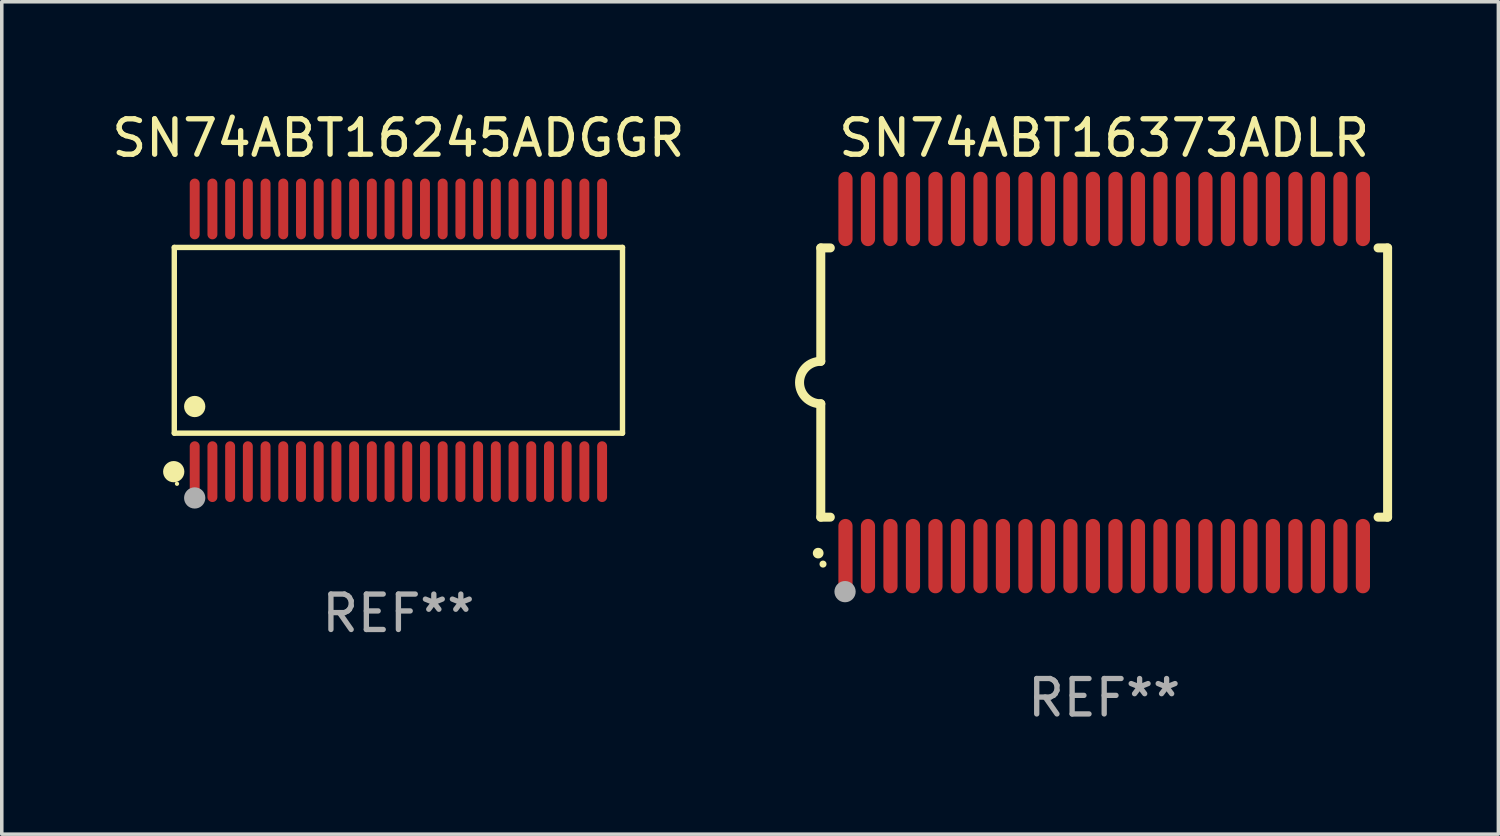
<source format=kicad_pcb>
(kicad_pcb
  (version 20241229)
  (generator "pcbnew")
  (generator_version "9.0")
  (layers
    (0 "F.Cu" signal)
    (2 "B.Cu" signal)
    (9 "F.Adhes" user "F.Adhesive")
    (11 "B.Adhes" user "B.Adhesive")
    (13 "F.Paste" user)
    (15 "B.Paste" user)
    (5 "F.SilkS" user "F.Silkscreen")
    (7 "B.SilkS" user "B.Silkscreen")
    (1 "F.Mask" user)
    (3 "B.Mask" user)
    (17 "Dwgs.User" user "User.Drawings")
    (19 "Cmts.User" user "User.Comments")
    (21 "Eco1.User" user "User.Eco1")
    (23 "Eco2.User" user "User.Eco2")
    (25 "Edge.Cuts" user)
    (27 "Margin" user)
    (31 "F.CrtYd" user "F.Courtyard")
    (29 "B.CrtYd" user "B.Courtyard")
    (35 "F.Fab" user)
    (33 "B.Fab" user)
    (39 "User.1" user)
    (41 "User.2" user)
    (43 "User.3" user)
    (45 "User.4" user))
  (footprint "SN74ABT16245ADGGR"
    (layer "F.Cu")
    (at 8.196 6.556)
    (property "Reference" "SN74ABT16245ADGGR" (at 0 -5.708 0) (layer "F.SilkS") (effects (font (size 1 1) (thickness 0.15))))
    (attr through_hole)
    (fp_line (start -6.326 -2.622) (end 6.326 -2.622) (stroke (width 0.152) (type solid)) (layer "F.SilkS"))
    (fp_line (start -6.326 2.621) (end -6.326 -2.622) (stroke (width 0.152) (type solid)) (layer "F.SilkS"))
    (fp_line (start 6.326 -2.622) (end 6.326 2.621) (stroke (width 0.152) (type solid)) (layer "F.SilkS"))
    (fp_line (start 6.326 2.621) (end -6.326 2.621) (stroke (width 0.152) (type solid)) (layer "F.SilkS"))
    (fp_circle (center -6.342 3.708) (end -6.192 3.708) (stroke (width 0.3) (type solid)) (fill no) (layer "F.SilkS"))
    (fp_circle (center -6.25 4.05) (end -6.22 4.05) (stroke (width 0.06) (type solid)) (fill no) (layer "F.SilkS"))
    (fp_circle (center -5.75 1.869) (end -5.6 1.869) (stroke (width 0.3) (type solid)) (fill no) (layer "F.SilkS"))
    (fp_circle (center -5.75 4.45) (end -5.6 4.45) (stroke (width 0.3) (type solid)) (fill no) (layer "F.Fab"))
    (fp_text user "REF**" (at 0 7.708 0) (layer "F.Fab") (effects (font (size 1 1) (thickness 0.15))))
    (pad "1" smd oval (at -5.75 3.708) (size 0.28 1.715) (layers "F.Cu" "F.Mask" "F.Paste"))
    (pad "2" smd oval (at -5.25 3.708) (size 0.28 1.715) (layers "F.Cu" "F.Mask" "F.Paste"))
    (pad "3" smd oval (at -4.75 3.708) (size 0.28 1.715) (layers "F.Cu" "F.Mask" "F.Paste"))
    (pad "4" smd oval (at -4.25 3.708) (size 0.28 1.715) (layers "F.Cu" "F.Mask" "F.Paste"))
    (pad "5" smd oval (at -3.75 3.708) (size 0.28 1.715) (layers "F.Cu" "F.Mask" "F.Paste"))
    (pad "6" smd oval (at -3.25 3.708) (size 0.28 1.715) (layers "F.Cu" "F.Mask" "F.Paste"))
    (pad "7" smd oval (at -2.75 3.708) (size 0.28 1.715) (layers "F.Cu" "F.Mask" "F.Paste"))
    (pad "8" smd oval (at -2.25 3.708) (size 0.28 1.715) (layers "F.Cu" "F.Mask" "F.Paste"))
    (pad "9" smd oval (at -1.75 3.708) (size 0.28 1.715) (layers "F.Cu" "F.Mask" "F.Paste"))
    (pad "10" smd oval (at -1.25 3.708) (size 0.28 1.715) (layers "F.Cu" "F.Mask" "F.Paste"))
    (pad "11" smd oval (at -0.75 3.708) (size 0.28 1.715) (layers "F.Cu" "F.Mask" "F.Paste"))
    (pad "12" smd oval (at -0.25 3.708) (size 0.28 1.715) (layers "F.Cu" "F.Mask" "F.Paste"))
    (pad "13" smd oval (at 0.25 3.708) (size 0.28 1.715) (layers "F.Cu" "F.Mask" "F.Paste"))
    (pad "14" smd oval (at 0.75 3.708) (size 0.28 1.715) (layers "F.Cu" "F.Mask" "F.Paste"))
    (pad "15" smd oval (at 1.25 3.708) (size 0.28 1.715) (layers "F.Cu" "F.Mask" "F.Paste"))
    (pad "16" smd oval (at 1.75 3.708) (size 0.28 1.715) (layers "F.Cu" "F.Mask" "F.Paste"))
    (pad "17" smd oval (at 2.25 3.708) (size 0.28 1.715) (layers "F.Cu" "F.Mask" "F.Paste"))
    (pad "18" smd oval (at 2.75 3.708) (size 0.28 1.715) (layers "F.Cu" "F.Mask" "F.Paste"))
    (pad "19" smd oval (at 3.25 3.708) (size 0.28 1.715) (layers "F.Cu" "F.Mask" "F.Paste"))
    (pad "20" smd oval (at 3.75 3.708) (size 0.28 1.715) (layers "F.Cu" "F.Mask" "F.Paste"))
    (pad "21" smd oval (at 4.25 3.708) (size 0.28 1.715) (layers "F.Cu" "F.Mask" "F.Paste"))
    (pad "22" smd oval (at 4.75 3.708) (size 0.28 1.715) (layers "F.Cu" "F.Mask" "F.Paste"))
    (pad "23" smd oval (at 5.25 3.708) (size 0.28 1.715) (layers "F.Cu" "F.Mask" "F.Paste"))
    (pad "24" smd oval (at 5.75 3.708) (size 0.28 1.715) (layers "F.Cu" "F.Mask" "F.Paste"))
    (pad "25" smd oval (at 5.75 -3.708) (size 0.28 1.715) (layers "F.Cu" "F.Mask" "F.Paste"))
    (pad "26" smd oval (at 5.25 -3.708) (size 0.28 1.715) (layers "F.Cu" "F.Mask" "F.Paste"))
    (pad "27" smd oval (at 4.75 -3.708) (size 0.28 1.715) (layers "F.Cu" "F.Mask" "F.Paste"))
    (pad "28" smd oval (at 4.25 -3.708) (size 0.28 1.715) (layers "F.Cu" "F.Mask" "F.Paste"))
    (pad "29" smd oval (at 3.75 -3.708) (size 0.28 1.715) (layers "F.Cu" "F.Mask" "F.Paste"))
    (pad "30" smd oval (at 3.25 -3.708) (size 0.28 1.715) (layers "F.Cu" "F.Mask" "F.Paste"))
    (pad "31" smd oval (at 2.75 -3.708) (size 0.28 1.715) (layers "F.Cu" "F.Mask" "F.Paste"))
    (pad "32" smd oval (at 2.25 -3.708) (size 0.28 1.715) (layers "F.Cu" "F.Mask" "F.Paste"))
    (pad "33" smd oval (at 1.75 -3.708) (size 0.28 1.715) (layers "F.Cu" "F.Mask" "F.Paste"))
    (pad "34" smd oval (at 1.25 -3.708) (size 0.28 1.715) (layers "F.Cu" "F.Mask" "F.Paste"))
    (pad "35" smd oval (at 0.75 -3.708) (size 0.28 1.715) (layers "F.Cu" "F.Mask" "F.Paste"))
    (pad "36" smd oval (at 0.25 -3.708) (size 0.28 1.715) (layers "F.Cu" "F.Mask" "F.Paste"))
    (pad "37" smd oval (at -0.25 -3.708) (size 0.28 1.715) (layers "F.Cu" "F.Mask" "F.Paste"))
    (pad "38" smd oval (at -0.75 -3.708) (size 0.28 1.715) (layers "F.Cu" "F.Mask" "F.Paste"))
    (pad "39" smd oval (at -1.25 -3.708) (size 0.28 1.715) (layers "F.Cu" "F.Mask" "F.Paste"))
    (pad "40" smd oval (at -1.75 -3.708) (size 0.28 1.715) (layers "F.Cu" "F.Mask" "F.Paste"))
    (pad "41" smd oval (at -2.25 -3.708) (size 0.28 1.715) (layers "F.Cu" "F.Mask" "F.Paste"))
    (pad "42" smd oval (at -2.75 -3.708) (size 0.28 1.715) (layers "F.Cu" "F.Mask" "F.Paste"))
    (pad "43" smd oval (at -3.25 -3.708) (size 0.28 1.715) (layers "F.Cu" "F.Mask" "F.Paste"))
    (pad "44" smd oval (at -3.75 -3.708) (size 0.28 1.715) (layers "F.Cu" "F.Mask" "F.Paste"))
    (pad "45" smd oval (at -4.25 -3.708) (size 0.28 1.715) (layers "F.Cu" "F.Mask" "F.Paste"))
    (pad "46" smd oval (at -4.75 -3.708) (size 0.28 1.715) (layers "F.Cu" "F.Mask" "F.Paste"))
    (pad "47" smd oval (at -5.25 -3.708) (size 0.28 1.715) (layers "F.Cu" "F.Mask" "F.Paste"))
    (pad "48" smd oval (at -5.75 -3.708) (size 0.28 1.715) (layers "F.Cu" "F.Mask" "F.Paste")))
  (footprint "SN74ABT16373ADLR"
    (layer "F.Cu")
    (at 28.119 7.748)
    (property "Reference" "SN74ABT16373ADLR" (at 0 -6.9 0) (layer "F.SilkS") (effects (font (size 1 1) (thickness 0.15))))
    (attr through_hole)
    (fp_line (start -8 -3.8) (end -8 -0.599) (stroke (width 0.254) (type solid)) (layer "F.SilkS"))
    (fp_line (start -8 -3.8) (end -7.731 -3.8) (stroke (width 0.254) (type solid)) (layer "F.SilkS"))
    (fp_line (start -8 3.8) (end -8 0.599) (stroke (width 0.254) (type solid)) (layer "F.SilkS"))
    (fp_line (start -7.731 3.8) (end -8 3.8) (stroke (width 0.254) (type solid)) (layer "F.SilkS"))
    (fp_line (start 7.731 -3.8) (end 8 -3.8) (stroke (width 0.254) (type solid)) (layer "F.SilkS"))
    (fp_line (start 8 -3.8) (end 8 3.8) (stroke (width 0.254) (type solid)) (layer "F.SilkS"))
    (fp_line (start 8 3.8) (end 7.731 3.8) (stroke (width 0.254) (type solid)) (layer "F.SilkS"))
    (fp_arc (start -8.074676 4.81585) (mid -8.073406 4.815845) (end -8.072136 4.81585) (stroke (width 0.3) (type solid)) (layer "F.SilkS"))
    (fp_arc (start -8.000025 0.6) (mid -8.598908 0.00056) (end -8.000027 -0.598882) (stroke (width 0.254001) (type solid)) (layer "F.SilkS"))
    (fp_circle (center -7.937 5.125) (end -7.887 5.125) (stroke (width 0.1) (type solid)) (fill no) (layer "F.SilkS"))
    (fp_circle (center -7.315 5.903) (end -7.165 5.903) (stroke (width 0.3) (type solid)) (fill no) (layer "F.Fab"))
    (fp_text user "REF**" (at 0 8.9 0) (layer "F.Fab") (effects (font (size 1 1) (thickness 0.15))))
    (pad "1" smd oval (at -7.303 4.9) (size 0.4 2.1) (layers "F.Cu" "F.Mask" "F.Paste"))
    (pad "2" smd oval (at -6.668 4.9) (size 0.4 2.1) (layers "F.Cu" "F.Mask" "F.Paste"))
    (pad "3" smd oval (at -6.033 4.9) (size 0.4 2.1) (layers "F.Cu" "F.Mask" "F.Paste"))
    (pad "4" smd oval (at -5.398 4.9) (size 0.4 2.1) (layers "F.Cu" "F.Mask" "F.Paste"))
    (pad "5" smd oval (at -4.763 4.9) (size 0.4 2.1) (layers "F.Cu" "F.Mask" "F.Paste"))
    (pad "6" smd oval (at -4.128 4.9) (size 0.4 2.1) (layers "F.Cu" "F.Mask" "F.Paste"))
    (pad "7" smd oval (at -3.493 4.9) (size 0.4 2.1) (layers "F.Cu" "F.Mask" "F.Paste"))
    (pad "8" smd oval (at -2.858 4.9) (size 0.4 2.1) (layers "F.Cu" "F.Mask" "F.Paste"))
    (pad "9" smd oval (at -2.223 4.9) (size 0.4 2.1) (layers "F.Cu" "F.Mask" "F.Paste"))
    (pad "10" smd oval (at -1.588 4.9) (size 0.4 2.1) (layers "F.Cu" "F.Mask" "F.Paste"))
    (pad "11" smd oval (at -0.953 4.9) (size 0.4 2.1) (layers "F.Cu" "F.Mask" "F.Paste"))
    (pad "12" smd oval (at -0.318 4.9) (size 0.4 2.1) (layers "F.Cu" "F.Mask" "F.Paste"))
    (pad "13" smd oval (at 0.318 4.9) (size 0.4 2.1) (layers "F.Cu" "F.Mask" "F.Paste"))
    (pad "14" smd oval (at 0.953 4.9) (size 0.4 2.1) (layers "F.Cu" "F.Mask" "F.Paste"))
    (pad "15" smd oval (at 1.588 4.9) (size 0.4 2.1) (layers "F.Cu" "F.Mask" "F.Paste"))
    (pad "16" smd oval (at 2.223 4.9) (size 0.4 2.1) (layers "F.Cu" "F.Mask" "F.Paste"))
    (pad "17" smd oval (at 2.858 4.9) (size 0.4 2.1) (layers "F.Cu" "F.Mask" "F.Paste"))
    (pad "18" smd oval (at 3.493 4.9) (size 0.4 2.1) (layers "F.Cu" "F.Mask" "F.Paste"))
    (pad "19" smd oval (at 4.128 4.9) (size 0.4 2.1) (layers "F.Cu" "F.Mask" "F.Paste"))
    (pad "20" smd oval (at 4.763 4.9) (size 0.4 2.1) (layers "F.Cu" "F.Mask" "F.Paste"))
    (pad "21" smd oval (at 5.398 4.9) (size 0.4 2.1) (layers "F.Cu" "F.Mask" "F.Paste"))
    (pad "22" smd oval (at 6.033 4.9) (size 0.4 2.1) (layers "F.Cu" "F.Mask" "F.Paste"))
    (pad "23" smd oval (at 6.668 4.9) (size 0.4 2.1) (layers "F.Cu" "F.Mask" "F.Paste"))
    (pad "24" smd oval (at 7.303 4.9) (size 0.4 2.1) (layers "F.Cu" "F.Mask" "F.Paste"))
    (pad "25" smd oval (at 7.303 -4.9 180) (size 0.4 2.1) (layers "F.Cu" "F.Mask" "F.Paste"))
    (pad "26" smd oval (at 6.668 -4.9 180) (size 0.4 2.1) (layers "F.Cu" "F.Mask" "F.Paste"))
    (pad "27" smd oval (at 6.033 -4.9 180) (size 0.4 2.1) (layers "F.Cu" "F.Mask" "F.Paste"))
    (pad "28" smd oval (at 5.398 -4.9 180) (size 0.4 2.1) (layers "F.Cu" "F.Mask" "F.Paste"))
    (pad "29" smd oval (at 4.763 -4.9 180) (size 0.4 2.1) (layers "F.Cu" "F.Mask" "F.Paste"))
    (pad "30" smd oval (at 4.128 -4.9 180) (size 0.4 2.1) (layers "F.Cu" "F.Mask" "F.Paste"))
    (pad "31" smd oval (at 3.493 -4.9 180) (size 0.4 2.1) (layers "F.Cu" "F.Mask" "F.Paste"))
    (pad "32" smd oval (at 2.858 -4.9 180) (size 0.4 2.1) (layers "F.Cu" "F.Mask" "F.Paste"))
    (pad "33" smd oval (at 2.223 -4.9 180) (size 0.4 2.1) (layers "F.Cu" "F.Mask" "F.Paste"))
    (pad "34" smd oval (at 1.588 -4.9 180) (size 0.4 2.1) (layers "F.Cu" "F.Mask" "F.Paste"))
    (pad "35" smd oval (at 0.953 -4.9 180) (size 0.4 2.1) (layers "F.Cu" "F.Mask" "F.Paste"))
    (pad "36" smd oval (at 0.318 -4.9 180) (size 0.4 2.1) (layers "F.Cu" "F.Mask" "F.Paste"))
    (pad "37" smd oval (at -0.318 -4.9 180) (size 0.4 2.1) (layers "F.Cu" "F.Mask" "F.Paste"))
    (pad "38" smd oval (at -0.953 -4.9 180) (size 0.4 2.1) (layers "F.Cu" "F.Mask" "F.Paste"))
    (pad "39" smd oval (at -1.588 -4.9 180) (size 0.4 2.1) (layers "F.Cu" "F.Mask" "F.Paste"))
    (pad "40" smd oval (at -2.223 -4.9 180) (size 0.4 2.1) (layers "F.Cu" "F.Mask" "F.Paste"))
    (pad "41" smd oval (at -2.858 -4.9 180) (size 0.4 2.1) (layers "F.Cu" "F.Mask" "F.Paste"))
    (pad "42" smd oval (at -3.493 -4.9 180) (size 0.4 2.1) (layers "F.Cu" "F.Mask" "F.Paste"))
    (pad "43" smd oval (at -4.128 -4.9 180) (size 0.4 2.1) (layers "F.Cu" "F.Mask" "F.Paste"))
    (pad "44" smd oval (at -4.763 -4.9 180) (size 0.4 2.1) (layers "F.Cu" "F.Mask" "F.Paste"))
    (pad "45" smd oval (at -5.398 -4.9 180) (size 0.4 2.1) (layers "F.Cu" "F.Mask" "F.Paste"))
    (pad "46" smd oval (at -6.033 -4.9 180) (size 0.4 2.1) (layers "F.Cu" "F.Mask" "F.Paste"))
    (pad "47" smd oval (at -6.668 -4.9 180) (size 0.4 2.1) (layers "F.Cu" "F.Mask" "F.Paste"))
    (pad "48" smd oval (at -7.303 -4.9 180) (size 0.4 2.1) (layers "F.Cu" "F.Mask" "F.Paste")))
  (gr_rect
    (start -3 -3)
    (end 39.246 20.496)
    (stroke (width 0.1) (type default))
    (fill no)
    (layer "Edge.Cuts")))
</source>
